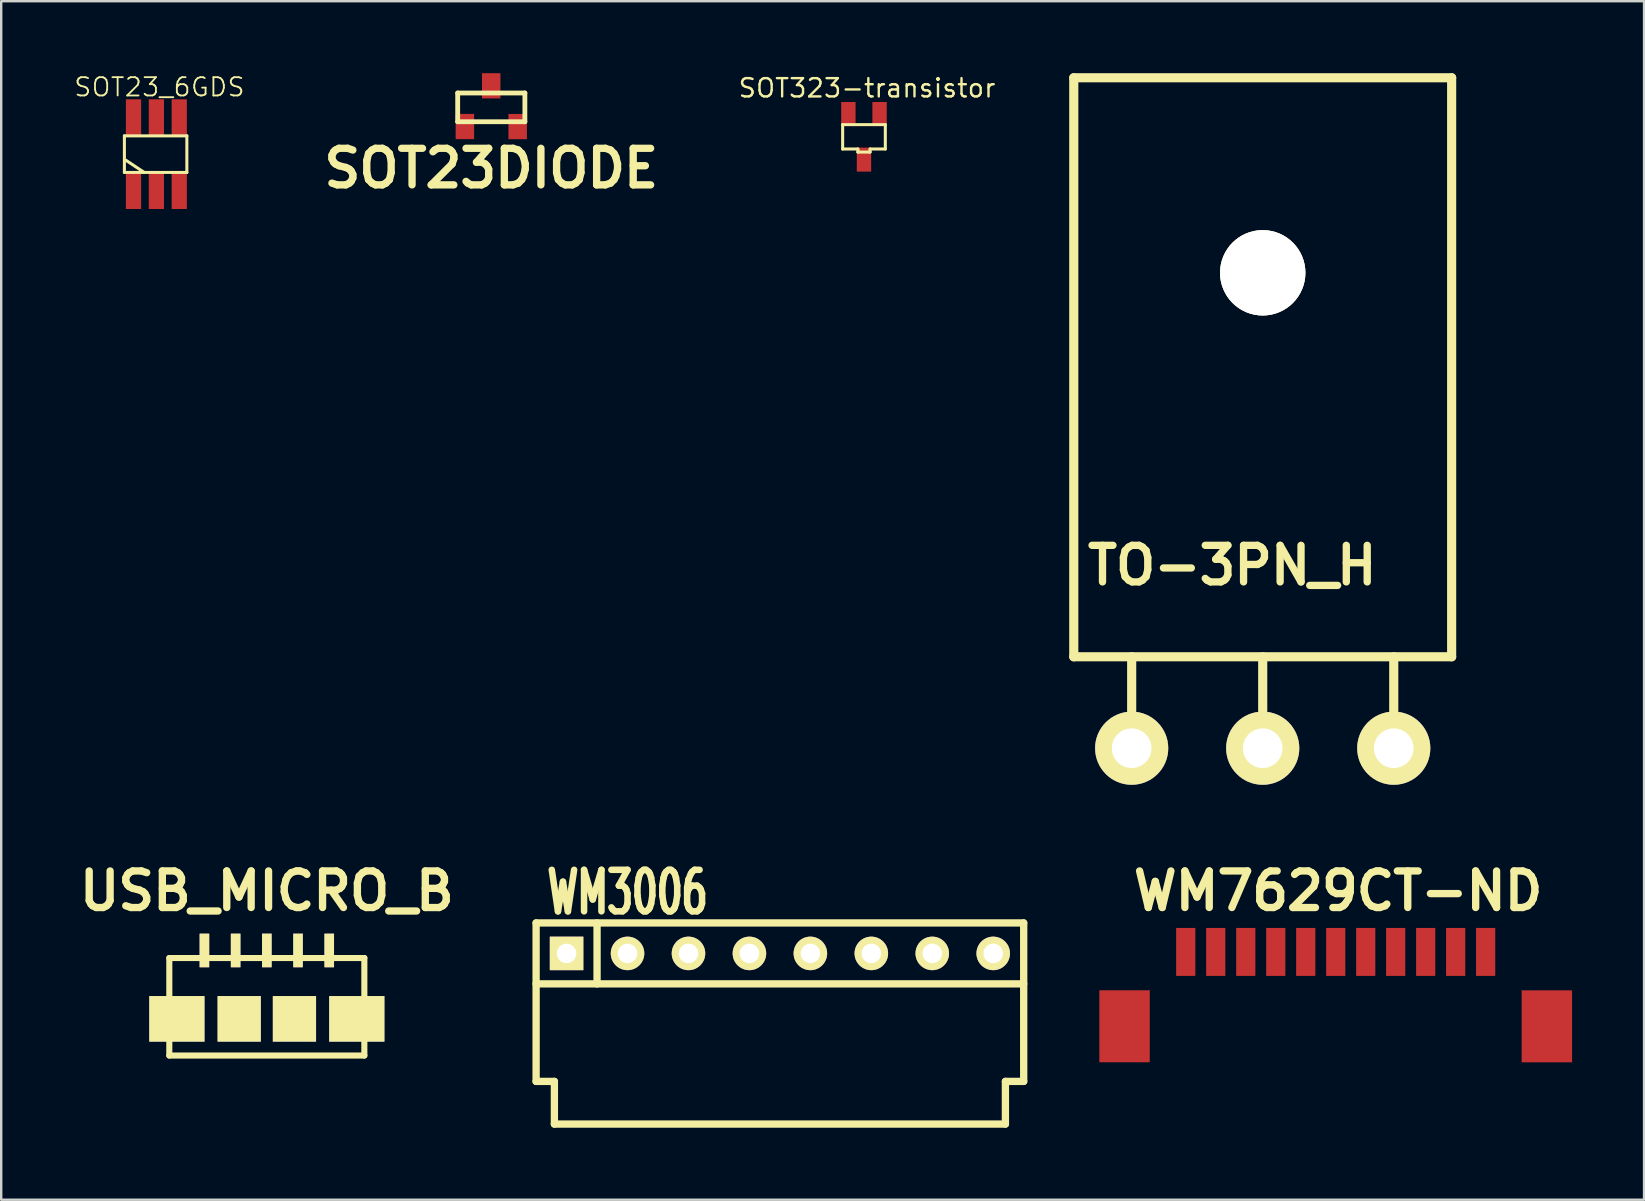
<source format=kicad_pcb>
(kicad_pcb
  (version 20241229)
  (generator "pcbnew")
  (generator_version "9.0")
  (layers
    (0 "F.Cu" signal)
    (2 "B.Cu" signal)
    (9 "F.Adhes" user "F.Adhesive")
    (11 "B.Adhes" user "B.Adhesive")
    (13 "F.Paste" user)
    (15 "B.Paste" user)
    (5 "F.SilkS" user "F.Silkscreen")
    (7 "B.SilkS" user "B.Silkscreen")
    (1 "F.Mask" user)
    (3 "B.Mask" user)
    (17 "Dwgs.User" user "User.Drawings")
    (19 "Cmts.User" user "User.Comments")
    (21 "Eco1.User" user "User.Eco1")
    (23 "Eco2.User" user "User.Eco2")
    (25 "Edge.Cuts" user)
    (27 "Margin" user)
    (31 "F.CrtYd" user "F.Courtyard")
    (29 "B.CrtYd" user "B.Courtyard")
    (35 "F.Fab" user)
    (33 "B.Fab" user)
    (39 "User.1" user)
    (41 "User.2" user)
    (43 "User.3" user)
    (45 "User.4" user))
  (footprint "WM3006"
    (layer "F.Cu")
    (at 29.452 36.683)
    (property "Reference" "WM3006" (at -6.35 -2.54 0) (layer "F.SilkS") (effects (font (size 1.73 1.087) (thickness 0.272))))
    (attr through_hole)
    (fp_line (start -10.16 -1.27) (end 10.16 -1.27) (stroke (width 0.305) (type solid)) (layer "F.SilkS"))
    (fp_line (start -10.16 5.334) (end -10.16 -1.27) (stroke (width 0.305) (type solid)) (layer "F.SilkS"))
    (fp_line (start -9.398 5.334) (end -10.16 5.334) (stroke (width 0.305) (type solid)) (layer "F.SilkS"))
    (fp_line (start -9.398 5.334) (end -9.398 7.112) (stroke (width 0.305) (type solid)) (layer "F.SilkS"))
    (fp_line (start -9.398 7.112) (end 9.398 7.112) (stroke (width 0.305) (type solid)) (layer "F.SilkS"))
    (fp_line (start -7.62 1.27) (end -7.62 -1.27) (stroke (width 0.305) (type solid)) (layer "F.SilkS"))
    (fp_line (start 9.398 5.334) (end 9.398 7.112) (stroke (width 0.305) (type solid)) (layer "F.SilkS"))
    (fp_line (start 9.398 5.334) (end 10.16 5.334) (stroke (width 0.305) (type solid)) (layer "F.SilkS"))
    (fp_line (start 10.16 1.27) (end -10.16 1.27) (stroke (width 0.305) (type solid)) (layer "F.SilkS"))
    (fp_line (start 10.16 5.334) (end 10.16 -1.27) (stroke (width 0.305) (type solid)) (layer "F.SilkS"))
    (pad "1" thru_hole rect (at -8.89 0) (size 1.397 1.397) (drill 0.813) (layers "*.Cu" "*.Mask" "F.SilkS"))
    (pad "2" thru_hole circle (at -6.35 0) (size 1.397 1.397) (drill 0.813) (layers "*.Cu" "*.Mask" "F.SilkS"))
    (pad "3" thru_hole circle (at -3.81 0) (size 1.397 1.397) (drill 0.813) (layers "*.Cu" "*.Mask" "F.SilkS"))
    (pad "4" thru_hole circle (at -1.27 0) (size 1.397 1.397) (drill 0.813) (layers "*.Cu" "*.Mask" "F.SilkS"))
    (pad "5" thru_hole circle (at 1.27 0) (size 1.397 1.397) (drill 0.813) (layers "*.Cu" "*.Mask" "F.SilkS"))
    (pad "6" thru_hole circle (at 3.81 0) (size 1.397 1.397) (drill 0.813) (layers "*.Cu" "*.Mask" "F.SilkS"))
    (pad "7" thru_hole circle (at 6.35 0) (size 1.397 1.397) (drill 0.813) (layers "*.Cu" "*.Mask" "F.SilkS"))
    (pad "8" thru_hole circle (at 8.89 0) (size 1.397 1.397) (drill 0.813) (layers "*.Cu" "*.Mask" "F.SilkS")))
  (footprint "SOT23DIODE"
    (layer "F.Cu")
    (at 17.424 1.425)
    (property "Reference" "SOT23DIODE" (at 0 2.54 0) (layer "F.SilkS") (effects (font (size 1.524 1.524) (thickness 0.305))))
    (attr through_hole)
    (fp_line (start -1.4 -0.599) (end 1.4 -0.599) (stroke (width 0.201) (type solid)) (layer "F.SilkS"))
    (fp_line (start -1.4 0.599) (end -1.4 -0.599) (stroke (width 0.201) (type solid)) (layer "F.SilkS"))
    (fp_line (start 1.4 -0.599) (end 1.4 0.599) (stroke (width 0.201) (type solid)) (layer "F.SilkS"))
    (fp_line (start 1.4 0.599) (end -1.4 0.599) (stroke (width 0.201) (type solid)) (layer "F.SilkS"))
    (pad "" smd rect (at 1.1 0.8) (size 0.77 1.052) (layers "F.Cu" "F.Mask" "F.Paste"))
    (pad "1" smd rect (at -0.003 -0.899) (size 0.77 1.052) (layers "F.Cu" "F.Mask" "F.Paste"))
    (pad "2" smd rect (at -1.1 0.798) (size 0.77 1.052) (layers "F.Cu" "F.Mask" "F.Paste")))
  (footprint "TO-3PN_H"
    (layer "F.Cu")
    (at 49.573 28.131)
    (property "Reference" "TO-3PN_H" (at -1.27 -7.62 0) (layer "F.SilkS") (effects (font (size 1.524 1.524) (thickness 0.305))))
    (attr through_hole)
    (fp_line (start -7.874 -27.94) (end 7.874 -27.94) (stroke (width 0.381) (type solid)) (layer "F.SilkS"))
    (fp_line (start -7.874 -3.81) (end -7.874 -27.94) (stroke (width 0.381) (type solid)) (layer "F.SilkS"))
    (fp_line (start -5.461 0) (end -5.461 -3.81) (stroke (width 0.381) (type solid)) (layer "F.SilkS"))
    (fp_line (start 0 0) (end 0 -3.81) (stroke (width 0.381) (type solid)) (layer "F.SilkS"))
    (fp_line (start 5.461 0) (end 5.461 -3.81) (stroke (width 0.381) (type solid)) (layer "F.SilkS"))
    (fp_line (start 7.874 -27.94) (end 7.874 -3.81) (stroke (width 0.381) (type solid)) (layer "F.SilkS"))
    (fp_line (start 7.874 -3.81) (end -7.874 -3.81) (stroke (width 0.381) (type solid)) (layer "F.SilkS"))
    (pad "" thru_hole circle (at 0 -19.812) (size 3.556 3.556) (drill 3.556) (layers "*.Cu" "*.Mask" "F.SilkS"))
    (pad "1" thru_hole circle (at -5.461 0) (size 3.048 3.048) (drill 1.651) (layers "*.Cu" "*.Mask" "F.SilkS"))
    (pad "2" thru_hole circle (at 0 0) (size 3.048 3.048) (drill 1.651) (layers "*.Cu" "*.Mask" "F.SilkS"))
    (pad "3" thru_hole circle (at 5.461 0) (size 3.048 3.048) (drill 1.651) (layers "*.Cu" "*.Mask" "F.SilkS")))
  (footprint "WM7629CT-ND"
    (layer "F.Cu")
    (at 46.365 36.621)
    (property "Reference" "WM7629CT-ND" (at 6.35 -2.54 0) (layer "F.SilkS") (effects (font (size 1.524 1.524) (thickness 0.305))))
    (attr through_hole)
    (pad "" smd rect (at -2.55 3.099) (size 2.101 3) (layers "F.Cu" "F.Mask" "F.Paste"))
    (pad "" smd rect (at 15.05 3.101) (size 2.101 3) (layers "F.Cu" "F.Mask" "F.Paste"))
    (pad "1" smd rect (at 0 0) (size 0.8 1.999) (layers "F.Cu" "F.Mask" "F.Paste"))
    (pad "2" smd rect (at 1.25 0) (size 0.8 1.999) (layers "F.Cu" "F.Mask" "F.Paste"))
    (pad "3" smd rect (at 2.502 0) (size 0.8 1.999) (layers "F.Cu" "F.Mask" "F.Paste"))
    (pad "4" smd rect (at 3.752 0) (size 0.8 1.999) (layers "F.Cu" "F.Mask" "F.Paste"))
    (pad "5" smd rect (at 5.001 0) (size 0.8 1.999) (layers "F.Cu" "F.Mask" "F.Paste"))
    (pad "6" smd rect (at 6.251 0) (size 0.8 1.999) (layers "F.Cu" "F.Mask" "F.Paste"))
    (pad "7" smd rect (at 7.501 0) (size 0.8 1.999) (layers "F.Cu" "F.Mask" "F.Paste"))
    (pad "8" smd rect (at 8.75 0) (size 0.8 1.999) (layers "F.Cu" "F.Mask" "F.Paste"))
    (pad "9" smd rect (at 10 0) (size 0.8 1.999) (layers "F.Cu" "F.Mask" "F.Paste"))
    (pad "10" smd rect (at 11.25 0) (size 0.8 1.999) (layers "F.Cu" "F.Mask" "F.Paste"))
    (pad "11" smd rect (at 12.499 0) (size 0.8 1.999) (layers "F.Cu" "F.Mask" "F.Paste")))
  (footprint "SOT23_6GDS"
    (layer "F.Cu")
    (at 3.467 3.374)
    (property "Reference" "SOT23_6GDS" (at 0.127 -2.794 0) (layer "F.SilkS") (effects (font (size 0.762 0.762) (thickness 0.076))))
    (attr through_hole)
    (fp_line (start -1.333 -0.762) (end 1.27 -0.762) (stroke (width 0.127) (type solid)) (layer "F.SilkS"))
    (fp_line (start -1.333 0.762) (end -1.333 -0.762) (stroke (width 0.127) (type solid)) (layer "F.SilkS"))
    (fp_line (start -0.508 0.762) (end -1.27 0.254) (stroke (width 0.127) (type solid)) (layer "F.SilkS"))
    (fp_line (start 1.27 -0.762) (end 1.27 0.762) (stroke (width 0.127) (type solid)) (layer "F.SilkS"))
    (fp_line (start 1.27 0.762) (end -1.333 0.762) (stroke (width 0.127) (type solid)) (layer "F.SilkS"))
    (pad "D" smd rect (at -0.953 -1.524) (size 0.635 1.524) (layers "F.Cu" "F.Mask" "F.Paste"))
    (pad "D" smd rect (at -0.953 1.524) (size 0.635 1.524) (layers "F.Cu" "F.Mask" "F.Paste"))
    (pad "D" smd rect (at 0 -1.524) (size 0.635 1.524) (layers "F.Cu" "F.Mask" "F.Paste"))
    (pad "D" smd rect (at 0 1.524) (size 0.635 1.524) (layers "F.Cu" "F.Mask" "F.Paste"))
    (pad "G" smd rect (at 0.953 1.524) (size 0.635 1.524) (layers "F.Cu" "F.Mask" "F.Paste"))
    (pad "S" smd rect (at 0.953 -1.524) (size 0.635 1.524) (layers "F.Cu" "F.Mask" "F.Paste")))
  (footprint "SOT323-transistor"
    (layer "F.Cu")
    (at 32.956 2.652)
    (property "Reference" "SOT323-transistor" (at 0.127 -2.032 0) (layer "F.SilkS") (effects (font (size 0.762 0.762) (thickness 0.099))))
    (attr smd)
    (fp_line (start -0.889 -0.508) (end -0.889 0.508) (stroke (width 0.127) (type solid)) (layer "F.SilkS"))
    (fp_line (start -0.889 0.508) (end -0.254 0.508) (stroke (width 0.127) (type solid)) (layer "F.SilkS"))
    (fp_line (start -0.254 0.508) (end -0.254 0.635) (stroke (width 0.127) (type solid)) (layer "F.SilkS"))
    (fp_line (start -0.254 0.635) (end 0.254 0.635) (stroke (width 0.127) (type solid)) (layer "F.SilkS"))
    (fp_line (start 0.254 0.508) (end 0.889 0.508) (stroke (width 0.127) (type solid)) (layer "F.SilkS"))
    (fp_line (start 0.254 0.635) (end 0.254 0.508) (stroke (width 0.127) (type solid)) (layer "F.SilkS"))
    (fp_line (start 0.889 -0.508) (end -0.889 -0.508) (stroke (width 0.127) (type solid)) (layer "F.SilkS"))
    (fp_line (start 0.889 0.508) (end 0.889 -0.508) (stroke (width 0.127) (type solid)) (layer "F.SilkS"))
    (pad "B" smd rect (at 0.65 -0.95) (size 0.599 1.001) (layers "F.Cu" "F.Mask" "F.Paste"))
    (pad "C" smd rect (at 0 0.95) (size 0.599 1.001) (layers "F.Cu" "F.Mask" "F.Paste"))
    (pad "E" smd rect (at -0.65 -0.95) (size 0.599 1.001) (layers "F.Cu" "F.Mask" "F.Paste")))
  (footprint "USB_MICRO_B"
    (layer "F.Cu")
    (at 8.07 35.859)
    (property "Reference" "USB_MICRO_B" (at 0 -1.778 0) (layer "F.SilkS") (effects (font (size 1.524 1.524) (thickness 0.305))))
    (attr through_hole)
    (fp_line (start -4.064 1.016) (end 4.064 1.016) (stroke (width 0.254) (type solid)) (layer "F.SilkS"))
    (fp_line (start -4.064 5.08) (end -4.064 1.016) (stroke (width 0.254) (type solid)) (layer "F.SilkS"))
    (fp_line (start 4.064 1.016) (end 4.064 5.08) (stroke (width 0.254) (type solid)) (layer "F.SilkS"))
    (fp_line (start 4.064 5.08) (end -4.064 5.08) (stroke (width 0.254) (type solid)) (layer "F.SilkS"))
    (pad "1" thru_hole rect (at -2.601 0.701) (size 0.399 1.4) (drill 0.000001) (layers "*.Cu" "*.Mask" "F.SilkS"))
    (pad "2" thru_hole rect (at -1.3 0.701) (size 0.399 1.4) (drill 0.000001) (layers "*.Cu" "*.Mask" "F.SilkS"))
    (pad "3" thru_hole rect (at 0 0.701) (size 0.399 1.4) (drill 0.000001) (layers "*.Cu" "*.Mask" "F.SilkS"))
    (pad "4" thru_hole rect (at 1.3 0.701) (size 0.399 1.4) (drill 0.000001) (layers "*.Cu" "*.Mask" "F.SilkS"))
    (pad "5" thru_hole rect (at -3.749 3.551) (size 2.301 1.9) (drill 0.000001) (layers "*.Cu" "*.Mask" "F.SilkS"))
    (pad "5" thru_hole rect (at -1.151 3.551) (size 1.801 1.9) (drill 0.000001) (layers "*.Cu" "*.Mask" "F.SilkS"))
    (pad "5" thru_hole rect (at 1.151 3.551) (size 1.801 1.9) (drill 0.000001) (layers "*.Cu" "*.Mask" "F.SilkS"))
    (pad "5" thru_hole rect (at 2.601 0.701) (size 0.399 1.4) (drill 0.000001) (layers "*.Cu" "*.Mask" "F.SilkS"))
    (pad "5" thru_hole rect (at 3.749 3.551) (size 2.301 1.9) (drill 0.000001) (layers "*.Cu" "*.Mask" "F.SilkS")))
  (gr_rect
    (start -3 -3)
    (end 65.465 46.948)
    (stroke (width 0.1) (type default))
    (fill no)
    (layer "Edge.Cuts")))
</source>
